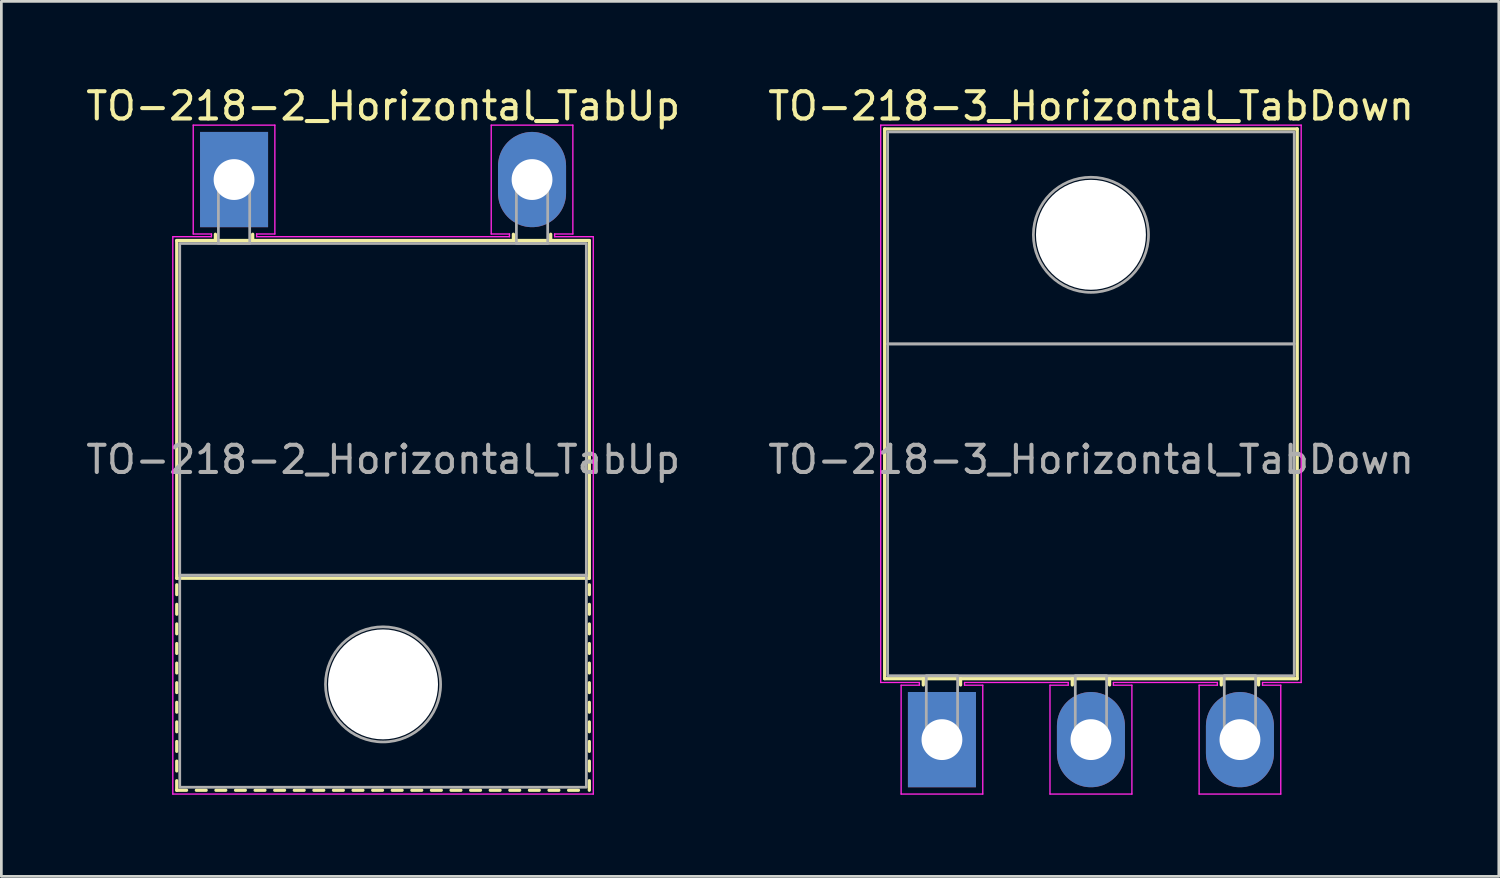
<source format=kicad_pcb>
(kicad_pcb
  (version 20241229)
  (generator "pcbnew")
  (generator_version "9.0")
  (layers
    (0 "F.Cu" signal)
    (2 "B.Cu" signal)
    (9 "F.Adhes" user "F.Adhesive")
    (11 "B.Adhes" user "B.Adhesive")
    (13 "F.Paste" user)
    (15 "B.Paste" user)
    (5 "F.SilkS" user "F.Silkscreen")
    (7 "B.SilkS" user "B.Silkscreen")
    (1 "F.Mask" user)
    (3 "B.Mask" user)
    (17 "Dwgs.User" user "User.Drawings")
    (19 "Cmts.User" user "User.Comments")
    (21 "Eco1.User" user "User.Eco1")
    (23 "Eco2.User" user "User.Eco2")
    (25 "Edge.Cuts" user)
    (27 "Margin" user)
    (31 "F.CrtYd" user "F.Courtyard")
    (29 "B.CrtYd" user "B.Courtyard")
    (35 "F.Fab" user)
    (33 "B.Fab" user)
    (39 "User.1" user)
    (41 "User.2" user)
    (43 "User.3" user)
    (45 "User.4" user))
  (footprint "TO-218-3_Horizontal_TabDown"
    (layer "F.Cu")
    (at 31.562 24.128)
    (property "Reference" "TO-218-3_Horizontal_TabDown" (at 5.48 -23.28 0) (layer "F.SilkS") (effects (font (size 1 1) (thickness 0.15))))
    (attr through_hole)
    (fp_line (start -2.105 -22.44) (end 13.055 -22.44) (stroke (width 0.12) (type solid)) (layer "F.SilkS"))
    (fp_line (start -2.105 -2.24) (end -2.105 -22.44) (stroke (width 0.12) (type solid)) (layer "F.SilkS"))
    (fp_line (start -2.105 -2.24) (end 13.055 -2.24) (stroke (width 0.12) (type solid)) (layer "F.SilkS"))
    (fp_line (start -0.685 -2.24) (end -0.685 -2.01) (stroke (width 0.12) (type solid)) (layer "F.SilkS"))
    (fp_line (start 0.685 -2.24) (end 0.685 -2.01) (stroke (width 0.12) (type solid)) (layer "F.SilkS"))
    (fp_line (start 4.79 -2.24) (end 4.79 -2.01) (stroke (width 0.12) (type solid)) (layer "F.SilkS"))
    (fp_line (start 6.16 -2.24) (end 6.16 -2.01) (stroke (width 0.12) (type solid)) (layer "F.SilkS"))
    (fp_line (start 10.265 -2.24) (end 10.265 -2.01) (stroke (width 0.12) (type solid)) (layer "F.SilkS"))
    (fp_line (start 11.635 -2.24) (end 11.635 -2.01) (stroke (width 0.12) (type solid)) (layer "F.SilkS"))
    (fp_line (start 13.055 -2.24) (end 13.055 -22.44) (stroke (width 0.12) (type solid)) (layer "F.SilkS"))
    (fp_line (start -2.25 -22.58) (end 13.2 -22.58) (stroke (width 0.05) (type solid)) (layer "F.CrtYd"))
    (fp_line (start -2.25 -2.1) (end -2.25 -22.58) (stroke (width 0.05) (type solid)) (layer "F.CrtYd"))
    (fp_line (start -1.5 -2) (end -0.83 -2) (stroke (width 0.05) (type solid)) (layer "F.CrtYd"))
    (fp_line (start -1.5 2) (end -1.5 -2) (stroke (width 0.05) (type solid)) (layer "F.CrtYd"))
    (fp_line (start -0.83 -2.1) (end -2.25 -2.1) (stroke (width 0.05) (type solid)) (layer "F.CrtYd"))
    (fp_line (start -0.83 -2) (end -0.83 -2.1) (stroke (width 0.05) (type solid)) (layer "F.CrtYd"))
    (fp_line (start 0.83 -2.1) (end 0.83 -2) (stroke (width 0.05) (type solid)) (layer "F.CrtYd"))
    (fp_line (start 0.83 -2) (end 1.5 -2) (stroke (width 0.05) (type solid)) (layer "F.CrtYd"))
    (fp_line (start 1.5 -2) (end 1.5 2) (stroke (width 0.05) (type solid)) (layer "F.CrtYd"))
    (fp_line (start 1.5 2) (end -1.5 2) (stroke (width 0.05) (type solid)) (layer "F.CrtYd"))
    (fp_line (start 3.97 -2) (end 4.64 -2) (stroke (width 0.05) (type solid)) (layer "F.CrtYd"))
    (fp_line (start 3.97 2) (end 3.97 -2) (stroke (width 0.05) (type solid)) (layer "F.CrtYd"))
    (fp_line (start 4.64 -2.1) (end 0.83 -2.1) (stroke (width 0.05) (type solid)) (layer "F.CrtYd"))
    (fp_line (start 4.64 -2) (end 4.64 -2.1) (stroke (width 0.05) (type solid)) (layer "F.CrtYd"))
    (fp_line (start 6.3 -2.1) (end 6.3 -2) (stroke (width 0.05) (type solid)) (layer "F.CrtYd"))
    (fp_line (start 6.3 -2) (end 6.98 -2) (stroke (width 0.05) (type solid)) (layer "F.CrtYd"))
    (fp_line (start 6.98 -2) (end 6.98 2) (stroke (width 0.05) (type solid)) (layer "F.CrtYd"))
    (fp_line (start 6.98 2) (end 3.97 2) (stroke (width 0.05) (type solid)) (layer "F.CrtYd"))
    (fp_line (start 9.45 -2) (end 10.12 -2) (stroke (width 0.05) (type solid)) (layer "F.CrtYd"))
    (fp_line (start 9.45 2) (end 9.45 -2) (stroke (width 0.05) (type solid)) (layer "F.CrtYd"))
    (fp_line (start 10.12 -2.1) (end 6.3 -2.1) (stroke (width 0.05) (type solid)) (layer "F.CrtYd"))
    (fp_line (start 10.12 -2) (end 10.12 -2.1) (stroke (width 0.05) (type solid)) (layer "F.CrtYd"))
    (fp_line (start 11.78 -2.1) (end 11.78 -2) (stroke (width 0.05) (type solid)) (layer "F.CrtYd"))
    (fp_line (start 11.78 -2) (end 12.45 -2) (stroke (width 0.05) (type solid)) (layer "F.CrtYd"))
    (fp_line (start 12.45 -2) (end 12.45 2) (stroke (width 0.05) (type solid)) (layer "F.CrtYd"))
    (fp_line (start 12.45 2) (end 9.45 2) (stroke (width 0.05) (type solid)) (layer "F.CrtYd"))
    (fp_line (start 13.2 -22.58) (end 13.2 -2.1) (stroke (width 0.05) (type solid)) (layer "F.CrtYd"))
    (fp_line (start 13.2 -2.1) (end 11.78 -2.1) (stroke (width 0.05) (type solid)) (layer "F.CrtYd"))
    (fp_rect (start -1.995 -22.33) (end 12.945 -14.54) (stroke (width 0.1) (type solid)) (fill no) (layer "F.Fab"))
    (fp_rect (start -1.995 -2.35) (end 12.945 -14.54) (stroke (width 0.1) (type solid)) (fill no) (layer "F.Fab"))
    (fp_rect (start -0.575 -2.35) (end 0.575 0) (stroke (width 0.1) (type solid)) (fill no) (layer "F.Fab"))
    (fp_rect (start 4.9 -2.35) (end 6.05 0) (stroke (width 0.1) (type solid)) (fill no) (layer "F.Fab"))
    (fp_rect (start 10.375 -2.35) (end 11.525 0) (stroke (width 0.1) (type solid)) (fill no) (layer "F.Fab"))
    (fp_circle (center 5.475 -18.55) (end 7.59 -18.55) (stroke (width 0.1) (type solid)) (fill no) (layer "F.Fab"))
    (fp_text user "${REFERENCE}" (at 5.48 -10.29 0) (layer "F.Fab") (effects (font (size 1 1) (thickness 0.15))))
    (pad "" np_thru_hole circle (at 5.475 -18.55) (size 4.04 4.04) (drill 4.04) (layers "*.Cu" "*.Mask"))
    (pad "1" thru_hole rect (at 0 0) (size 2.5 3.5) (drill 1.5) (layers "*.Cu" "*.Mask"))
    (pad "2" thru_hole oval (at 5.475 0) (size 2.5 3.5) (drill 1.5) (layers "*.Cu" "*.Mask"))
    (pad "3" thru_hole oval (at 10.95 0) (size 2.5 3.5) (drill 1.5) (layers "*.Cu" "*.Mask")))
  (footprint "TO-218-2_Horizontal_TabUp"
    (layer "F.Cu")
    (at 5.55 3.548)
    (property "Reference" "TO-218-2_Horizontal_TabUp" (at 5.48 -2.7 0) (layer "F.SilkS") (effects (font (size 1 1) (thickness 0.15))))
    (attr through_hole)
    (fp_line (start -2.105 2.24) (end -2.105 14.65) (stroke (width 0.12) (type solid)) (layer "F.SilkS"))
    (fp_line (start -2.105 2.24) (end 13.055 2.24) (stroke (width 0.12) (type solid)) (layer "F.SilkS"))
    (fp_line (start -2.105 14.65) (end 13.055 14.65) (stroke (width 0.12) (type solid)) (layer "F.SilkS"))
    (fp_line (start -2.105 14.89) (end -2.105 15.25) (stroke (width 0.12) (type solid)) (layer "F.SilkS"))
    (fp_line (start -2.105 15.61) (end -2.105 15.97) (stroke (width 0.12) (type solid)) (layer "F.SilkS"))
    (fp_line (start -2.105 16.33) (end -2.105 16.69) (stroke (width 0.12) (type solid)) (layer "F.SilkS"))
    (fp_line (start -2.105 17.05) (end -2.105 17.41) (stroke (width 0.12) (type solid)) (layer "F.SilkS"))
    (fp_line (start -2.105 17.77) (end -2.105 18.13) (stroke (width 0.12) (type solid)) (layer "F.SilkS"))
    (fp_line (start -2.105 18.49) (end -2.105 18.85) (stroke (width 0.12) (type solid)) (layer "F.SilkS"))
    (fp_line (start -2.105 19.21) (end -2.105 19.57) (stroke (width 0.12) (type solid)) (layer "F.SilkS"))
    (fp_line (start -2.105 19.93) (end -2.105 20.29) (stroke (width 0.12) (type solid)) (layer "F.SilkS"))
    (fp_line (start -2.105 20.65) (end -2.105 21.01) (stroke (width 0.12) (type solid)) (layer "F.SilkS"))
    (fp_line (start -2.105 21.37) (end -2.105 21.73) (stroke (width 0.12) (type solid)) (layer "F.SilkS"))
    (fp_line (start -2.105 22.09) (end -2.105 22.44) (stroke (width 0.12) (type solid)) (layer "F.SilkS"))
    (fp_line (start -2.105 22.44) (end -1.745 22.44) (stroke (width 0.12) (type solid)) (layer "F.SilkS"))
    (fp_line (start -1.385 22.44) (end -1.025 22.44) (stroke (width 0.12) (type solid)) (layer "F.SilkS"))
    (fp_line (start -0.685 2.24) (end -0.685 2.01) (stroke (width 0.12) (type solid)) (layer "F.SilkS"))
    (fp_line (start -0.665 22.44) (end -0.305 22.44) (stroke (width 0.12) (type solid)) (layer "F.SilkS"))
    (fp_line (start 0.055 22.44) (end 0.415 22.44) (stroke (width 0.12) (type solid)) (layer "F.SilkS"))
    (fp_line (start 0.685 2.24) (end 0.685 2.01) (stroke (width 0.12) (type solid)) (layer "F.SilkS"))
    (fp_line (start 0.775 22.44) (end 1.135 22.44) (stroke (width 0.12) (type solid)) (layer "F.SilkS"))
    (fp_line (start 1.495 22.44) (end 1.855 22.44) (stroke (width 0.12) (type solid)) (layer "F.SilkS"))
    (fp_line (start 2.215 22.44) (end 2.575 22.44) (stroke (width 0.12) (type solid)) (layer "F.SilkS"))
    (fp_line (start 2.935 22.44) (end 3.295 22.44) (stroke (width 0.12) (type solid)) (layer "F.SilkS"))
    (fp_line (start 3.655 22.44) (end 4.015 22.44) (stroke (width 0.12) (type solid)) (layer "F.SilkS"))
    (fp_line (start 4.375 22.44) (end 4.735 22.44) (stroke (width 0.12) (type solid)) (layer "F.SilkS"))
    (fp_line (start 5.095 22.44) (end 5.455 22.44) (stroke (width 0.12) (type solid)) (layer "F.SilkS"))
    (fp_line (start 5.815 22.44) (end 6.175 22.44) (stroke (width 0.12) (type solid)) (layer "F.SilkS"))
    (fp_line (start 6.535 22.44) (end 6.895 22.44) (stroke (width 0.12) (type solid)) (layer "F.SilkS"))
    (fp_line (start 7.255 22.44) (end 7.615 22.44) (stroke (width 0.12) (type solid)) (layer "F.SilkS"))
    (fp_line (start 7.975 22.44) (end 8.335 22.44) (stroke (width 0.12) (type solid)) (layer "F.SilkS"))
    (fp_line (start 8.695 22.44) (end 9.055 22.44) (stroke (width 0.12) (type solid)) (layer "F.SilkS"))
    (fp_line (start 9.415 22.44) (end 9.775 22.44) (stroke (width 0.12) (type solid)) (layer "F.SilkS"))
    (fp_line (start 10.135 22.44) (end 10.495 22.44) (stroke (width 0.12) (type solid)) (layer "F.SilkS"))
    (fp_line (start 10.265 2.24) (end 10.265 2.01) (stroke (width 0.12) (type solid)) (layer "F.SilkS"))
    (fp_line (start 10.855 22.44) (end 11.215 22.44) (stroke (width 0.12) (type solid)) (layer "F.SilkS"))
    (fp_line (start 11.575 22.44) (end 11.935 22.44) (stroke (width 0.12) (type solid)) (layer "F.SilkS"))
    (fp_line (start 11.635 2.24) (end 11.635 2.01) (stroke (width 0.12) (type solid)) (layer "F.SilkS"))
    (fp_line (start 12.295 22.44) (end 12.655 22.44) (stroke (width 0.12) (type solid)) (layer "F.SilkS"))
    (fp_line (start 13.055 2.24) (end 13.055 14.65) (stroke (width 0.12) (type solid)) (layer "F.SilkS"))
    (fp_line (start 13.055 14.89) (end 13.055 15.25) (stroke (width 0.12) (type solid)) (layer "F.SilkS"))
    (fp_line (start 13.055 15.61) (end 13.055 15.97) (stroke (width 0.12) (type solid)) (layer "F.SilkS"))
    (fp_line (start 13.055 16.33) (end 13.055 16.69) (stroke (width 0.12) (type solid)) (layer "F.SilkS"))
    (fp_line (start 13.055 17.05) (end 13.055 17.41) (stroke (width 0.12) (type solid)) (layer "F.SilkS"))
    (fp_line (start 13.055 17.77) (end 13.055 18.13) (stroke (width 0.12) (type solid)) (layer "F.SilkS"))
    (fp_line (start 13.055 18.49) (end 13.055 18.85) (stroke (width 0.12) (type solid)) (layer "F.SilkS"))
    (fp_line (start 13.055 19.21) (end 13.055 19.57) (stroke (width 0.12) (type solid)) (layer "F.SilkS"))
    (fp_line (start 13.055 19.93) (end 13.055 20.29) (stroke (width 0.12) (type solid)) (layer "F.SilkS"))
    (fp_line (start 13.055 20.65) (end 13.055 21.01) (stroke (width 0.12) (type solid)) (layer "F.SilkS"))
    (fp_line (start 13.055 21.37) (end 13.055 21.73) (stroke (width 0.12) (type solid)) (layer "F.SilkS"))
    (fp_line (start 13.055 22.09) (end 13.055 22.44) (stroke (width 0.12) (type solid)) (layer "F.SilkS"))
    (fp_line (start -2.25 2.1) (end -0.83 2.1) (stroke (width 0.05) (type solid)) (layer "F.CrtYd"))
    (fp_line (start -2.25 22.58) (end -2.25 2.1) (stroke (width 0.05) (type solid)) (layer "F.CrtYd"))
    (fp_line (start -1.5 -2) (end 1.5 -2) (stroke (width 0.05) (type solid)) (layer "F.CrtYd"))
    (fp_line (start -1.5 2) (end -1.5 -2) (stroke (width 0.05) (type solid)) (layer "F.CrtYd"))
    (fp_line (start -0.83 2) (end -1.5 2) (stroke (width 0.05) (type solid)) (layer "F.CrtYd"))
    (fp_line (start -0.83 2.1) (end -0.83 2) (stroke (width 0.05) (type solid)) (layer "F.CrtYd"))
    (fp_line (start 0.83 2) (end 0.83 2.1) (stroke (width 0.05) (type solid)) (layer "F.CrtYd"))
    (fp_line (start 0.83 2.1) (end 10.12 2.1) (stroke (width 0.05) (type solid)) (layer "F.CrtYd"))
    (fp_line (start 1.5 -2) (end 1.5 2) (stroke (width 0.05) (type solid)) (layer "F.CrtYd"))
    (fp_line (start 1.5 2) (end 0.83 2) (stroke (width 0.05) (type solid)) (layer "F.CrtYd"))
    (fp_line (start 9.45 -2) (end 12.45 -2) (stroke (width 0.05) (type solid)) (layer "F.CrtYd"))
    (fp_line (start 9.45 2) (end 9.45 -2) (stroke (width 0.05) (type solid)) (layer "F.CrtYd"))
    (fp_line (start 10.12 2) (end 9.45 2) (stroke (width 0.05) (type solid)) (layer "F.CrtYd"))
    (fp_line (start 10.12 2.1) (end 10.12 2) (stroke (width 0.05) (type solid)) (layer "F.CrtYd"))
    (fp_line (start 11.78 2) (end 11.78 2.1) (stroke (width 0.05) (type solid)) (layer "F.CrtYd"))
    (fp_line (start 11.78 2.1) (end 13.2 2.1) (stroke (width 0.05) (type solid)) (layer "F.CrtYd"))
    (fp_line (start 12.45 -2) (end 12.45 2) (stroke (width 0.05) (type solid)) (layer "F.CrtYd"))
    (fp_line (start 12.45 2) (end 11.78 2) (stroke (width 0.05) (type solid)) (layer "F.CrtYd"))
    (fp_line (start 13.2 2.1) (end 13.2 22.58) (stroke (width 0.05) (type solid)) (layer "F.CrtYd"))
    (fp_line (start 13.2 22.58) (end -2.25 22.58) (stroke (width 0.05) (type solid)) (layer "F.CrtYd"))
    (fp_rect (start -1.995 2.35) (end 12.945 14.54) (stroke (width 0.1) (type solid)) (fill no) (layer "F.Fab"))
    (fp_rect (start -1.995 14.54) (end 12.945 22.33) (stroke (width 0.1) (type solid)) (fill no) (layer "F.Fab"))
    (fp_rect (start -0.575 2.35) (end 0.575 0) (stroke (width 0.1) (type solid)) (fill no) (layer "F.Fab"))
    (fp_rect (start 10.375 2.35) (end 11.525 0) (stroke (width 0.1) (type solid)) (fill no) (layer "F.Fab"))
    (fp_circle (center 5.475 18.55) (end 7.59 18.55) (stroke (width 0.1) (type solid)) (fill no) (layer "F.Fab"))
    (fp_text user "${REFERENCE}" (at 5.48 10.29 0) (layer "F.Fab") (effects (font (size 1 1) (thickness 0.15))))
    (pad "" np_thru_hole circle (at 5.475 18.55) (size 4.04 4.04) (drill 4.04) (layers "*.Cu" "*.Mask"))
    (pad "1" thru_hole rect (at 0 0) (size 2.5 3.5) (drill 1.5) (layers "*.Cu" "*.Mask"))
    (pad "2" thru_hole oval (at 10.95 0) (size 2.5 3.5) (drill 1.5) (layers "*.Cu" "*.Mask")))
  (gr_rect
    (start -3 -3)
    (end 52.024 29.153)
    (stroke (width 0.1) (type default))
    (fill no)
    (layer "Edge.Cuts")))
</source>
